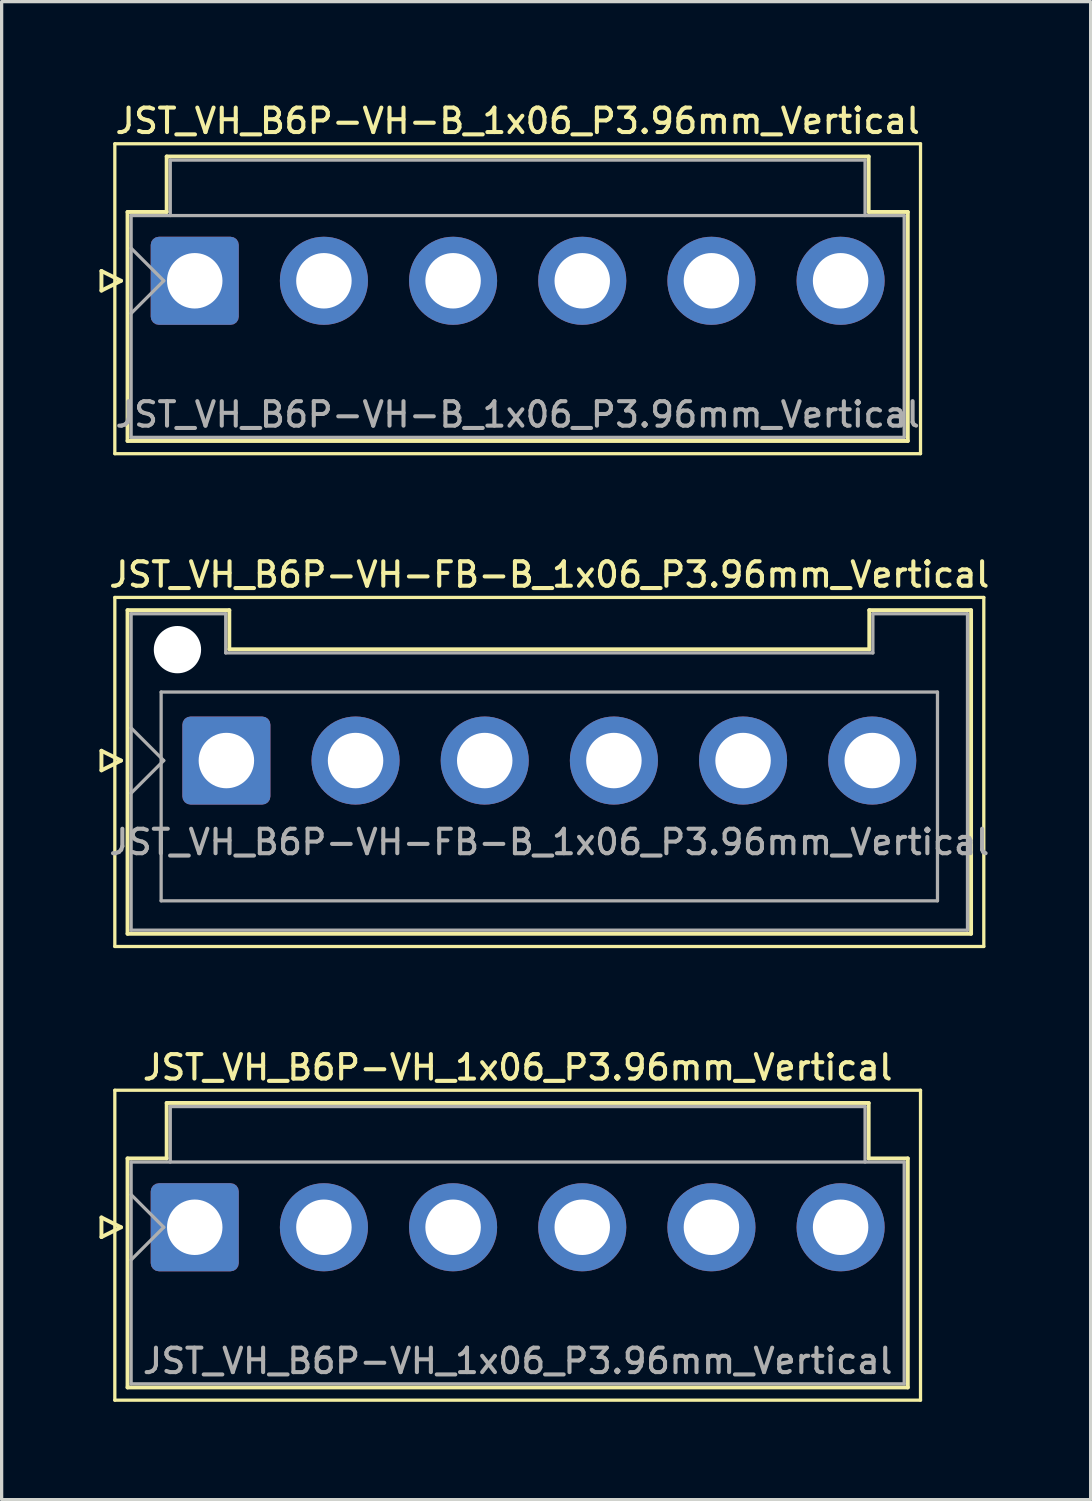
<source format=kicad_pcb>
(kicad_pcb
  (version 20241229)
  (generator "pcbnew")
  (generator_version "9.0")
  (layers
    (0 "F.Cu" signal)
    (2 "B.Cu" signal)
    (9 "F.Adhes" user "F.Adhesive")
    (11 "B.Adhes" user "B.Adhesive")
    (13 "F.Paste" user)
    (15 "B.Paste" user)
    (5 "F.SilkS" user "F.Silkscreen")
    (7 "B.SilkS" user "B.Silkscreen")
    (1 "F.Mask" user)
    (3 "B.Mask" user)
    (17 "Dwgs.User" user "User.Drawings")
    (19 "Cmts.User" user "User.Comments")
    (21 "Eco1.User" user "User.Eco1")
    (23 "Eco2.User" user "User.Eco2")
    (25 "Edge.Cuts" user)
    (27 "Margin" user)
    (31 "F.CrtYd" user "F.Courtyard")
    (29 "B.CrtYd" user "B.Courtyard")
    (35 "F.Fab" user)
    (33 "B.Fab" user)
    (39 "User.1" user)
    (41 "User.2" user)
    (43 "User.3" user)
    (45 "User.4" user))
  (footprint "JST_VH_B6P-VH-B_1x06_P3.96mm_Vertical"
    (layer "F.Cu")
    (at 2.92 5.558)
    (property "Reference" "JST_VH_B6P-VH-B_1x06_P3.96mm_Vertical" (at 9.9 -4.9 0) (layer "F.SilkS") (effects (font (size 0.75 0.75) (thickness 0.125))))
    (attr through_hole)
    (fp_line (start -2.86 -0.3) (end -2.26 0) (stroke (width 0.12) (type solid)) (layer "F.SilkS"))
    (fp_line (start -2.86 0.3) (end -2.86 -0.3) (stroke (width 0.12) (type solid)) (layer "F.SilkS"))
    (fp_line (start -2.45 -4.2) (end -2.45 5.3) (stroke (width 0.1) (type solid)) (layer "F.SilkS"))
    (fp_line (start -2.45 5.3) (end 22.25 5.3) (stroke (width 0.1) (type solid)) (layer "F.SilkS"))
    (fp_line (start -2.26 0) (end -2.86 0.3) (stroke (width 0.12) (type solid)) (layer "F.SilkS"))
    (fp_line (start -2.06 -2.11) (end -0.86 -2.11) (stroke (width 0.12) (type solid)) (layer "F.SilkS"))
    (fp_line (start -2.06 4.91) (end -2.06 -2.11) (stroke (width 0.12) (type solid)) (layer "F.SilkS"))
    (fp_line (start -0.86 -3.81) (end 20.66 -3.81) (stroke (width 0.12) (type solid)) (layer "F.SilkS"))
    (fp_line (start -0.86 -2.11) (end -0.86 -3.81) (stroke (width 0.12) (type solid)) (layer "F.SilkS"))
    (fp_line (start 20.66 -3.81) (end 20.66 -2.11) (stroke (width 0.12) (type solid)) (layer "F.SilkS"))
    (fp_line (start 20.66 -2.11) (end 21.86 -2.11) (stroke (width 0.12) (type solid)) (layer "F.SilkS"))
    (fp_line (start 21.86 -2.11) (end 21.86 4.91) (stroke (width 0.12) (type solid)) (layer "F.SilkS"))
    (fp_line (start 21.86 4.91) (end -2.06 4.91) (stroke (width 0.12) (type solid)) (layer "F.SilkS"))
    (fp_line (start 22.25 -4.2) (end -2.45 -4.2) (stroke (width 0.1) (type solid)) (layer "F.SilkS"))
    (fp_line (start 22.25 5.3) (end 22.25 -4.2) (stroke (width 0.1) (type solid)) (layer "F.SilkS"))
    (fp_line (start -1.95 -2) (end -1.95 4.8) (stroke (width 0.1) (type solid)) (layer "F.Fab"))
    (fp_line (start -1.95 -1) (end -0.95 0) (stroke (width 0.1) (type solid)) (layer "F.Fab"))
    (fp_line (start -1.95 1) (end -0.95 0) (stroke (width 0.1) (type solid)) (layer "F.Fab"))
    (fp_line (start -1.95 4.8) (end 21.75 4.8) (stroke (width 0.1) (type solid)) (layer "F.Fab"))
    (fp_line (start -0.75 -3.7) (end 20.55 -3.7) (stroke (width 0.1) (type solid)) (layer "F.Fab"))
    (fp_line (start -0.75 -2) (end -0.75 -3.7) (stroke (width 0.1) (type solid)) (layer "F.Fab"))
    (fp_line (start 20.55 -3.7) (end 20.55 -2) (stroke (width 0.1) (type solid)) (layer "F.Fab"))
    (fp_line (start 21.75 -2) (end -1.95 -2) (stroke (width 0.1) (type solid)) (layer "F.Fab"))
    (fp_line (start 21.75 4.8) (end 21.75 -2) (stroke (width 0.1) (type solid)) (layer "F.Fab"))
    (fp_text user "${REFERENCE}" (at 9.9 4.1 0) (layer "F.Fab") (effects (font (size 0.75 0.75) (thickness 0.125))))
    (pad "1" thru_hole roundrect (at 0 0) (size 2.7 2.7) (drill 1.7) (layers "*.Cu" "*.Mask") (roundrect_rratio 0.093))
    (pad "2" thru_hole circle (at 3.96 0) (size 2.7 2.7) (drill 1.7) (layers "*.Cu" "*.Mask"))
    (pad "3" thru_hole circle (at 7.92 0) (size 2.7 2.7) (drill 1.7) (layers "*.Cu" "*.Mask"))
    (pad "4" thru_hole circle (at 11.88 0) (size 2.7 2.7) (drill 1.7) (layers "*.Cu" "*.Mask"))
    (pad "5" thru_hole circle (at 15.84 0) (size 2.7 2.7) (drill 1.7) (layers "*.Cu" "*.Mask"))
    (pad "6" thru_hole circle (at 19.8 0) (size 2.7 2.7) (drill 1.7) (layers "*.Cu" "*.Mask")))
  (footprint "JST_VH_B6P-VH-FB-B_1x06_P3.96mm_Vertical"
    (layer "F.Cu")
    (at 3.89 20.266)
    (property "Reference" "JST_VH_B6P-VH-FB-B_1x06_P3.96mm_Vertical" (at 9.9 -5.7 0) (layer "F.SilkS") (effects (font (size 0.75 0.75) (thickness 0.125))))
    (attr through_hole)
    (fp_line (start -3.83 -0.3) (end -3.23 0) (stroke (width 0.12) (type solid)) (layer "F.SilkS"))
    (fp_line (start -3.83 0.3) (end -3.83 -0.3) (stroke (width 0.12) (type solid)) (layer "F.SilkS"))
    (fp_line (start -3.42 -5) (end -3.42 5.7) (stroke (width 0.1) (type solid)) (layer "F.SilkS"))
    (fp_line (start -3.42 5.7) (end 23.22 5.7) (stroke (width 0.1) (type solid)) (layer "F.SilkS"))
    (fp_line (start -3.23 0) (end -3.83 0.3) (stroke (width 0.12) (type solid)) (layer "F.SilkS"))
    (fp_line (start -3.03 -4.61) (end 0.09 -4.61) (stroke (width 0.12) (type solid)) (layer "F.SilkS"))
    (fp_line (start -3.03 5.31) (end -3.03 -4.61) (stroke (width 0.12) (type solid)) (layer "F.SilkS"))
    (fp_line (start 0.09 -4.61) (end 0.09 -3.41) (stroke (width 0.12) (type solid)) (layer "F.SilkS"))
    (fp_line (start 0.09 -3.41) (end 19.71 -3.41) (stroke (width 0.12) (type solid)) (layer "F.SilkS"))
    (fp_line (start 19.71 -4.61) (end 22.83 -4.61) (stroke (width 0.12) (type solid)) (layer "F.SilkS"))
    (fp_line (start 19.71 -3.41) (end 19.71 -4.61) (stroke (width 0.12) (type solid)) (layer "F.SilkS"))
    (fp_line (start 22.83 -4.61) (end 22.83 5.31) (stroke (width 0.12) (type solid)) (layer "F.SilkS"))
    (fp_line (start 22.83 5.31) (end -3.03 5.31) (stroke (width 0.12) (type solid)) (layer "F.SilkS"))
    (fp_line (start 23.22 -5) (end -3.42 -5) (stroke (width 0.1) (type solid)) (layer "F.SilkS"))
    (fp_line (start 23.22 5.7) (end 23.22 -5) (stroke (width 0.1) (type solid)) (layer "F.SilkS"))
    (fp_line (start -2.92 -4.5) (end -0.02 -4.5) (stroke (width 0.1) (type solid)) (layer "F.Fab"))
    (fp_line (start -2.92 -1) (end -1.92 0) (stroke (width 0.1) (type solid)) (layer "F.Fab"))
    (fp_line (start -2.92 1) (end -1.92 0) (stroke (width 0.1) (type solid)) (layer "F.Fab"))
    (fp_line (start -2.92 5.2) (end -2.92 -4.5) (stroke (width 0.1) (type solid)) (layer "F.Fab"))
    (fp_line (start -2 -2.1) (end 21.8 -2.1) (stroke (width 0.1) (type solid)) (layer "F.Fab"))
    (fp_line (start -2 4.3) (end -2 -2.1) (stroke (width 0.1) (type solid)) (layer "F.Fab"))
    (fp_line (start -0.02 -4.5) (end -0.02 -3.3) (stroke (width 0.1) (type solid)) (layer "F.Fab"))
    (fp_line (start -0.02 -3.3) (end 19.82 -3.3) (stroke (width 0.1) (type solid)) (layer "F.Fab"))
    (fp_line (start 19.82 -4.5) (end 22.72 -4.5) (stroke (width 0.1) (type solid)) (layer "F.Fab"))
    (fp_line (start 19.82 -3.3) (end 19.82 -4.5) (stroke (width 0.1) (type solid)) (layer "F.Fab"))
    (fp_line (start 21.8 -2.1) (end 21.8 4.3) (stroke (width 0.1) (type solid)) (layer "F.Fab"))
    (fp_line (start 21.8 4.3) (end -2 4.3) (stroke (width 0.1) (type solid)) (layer "F.Fab"))
    (fp_line (start 22.72 -4.5) (end 22.72 5.2) (stroke (width 0.1) (type solid)) (layer "F.Fab"))
    (fp_line (start 22.72 5.2) (end -2.92 5.2) (stroke (width 0.1) (type solid)) (layer "F.Fab"))
    (fp_text user "${REFERENCE}" (at 9.9 2.5 0) (layer "F.Fab") (effects (font (size 0.75 0.75) (thickness 0.125))))
    (pad "" np_thru_hole circle (at -1.5 -3.4) (size 1.45 1.45) (drill 1.45) (layers "*.Cu" "*.Mask"))
    (pad "1" thru_hole roundrect (at 0 0) (size 2.7 2.7) (drill 1.7) (layers "*.Cu" "*.Mask") (roundrect_rratio 0.093))
    (pad "2" thru_hole circle (at 3.96 0) (size 2.7 2.7) (drill 1.7) (layers "*.Cu" "*.Mask"))
    (pad "3" thru_hole circle (at 7.92 0) (size 2.7 2.7) (drill 1.7) (layers "*.Cu" "*.Mask"))
    (pad "4" thru_hole circle (at 11.88 0) (size 2.7 2.7) (drill 1.7) (layers "*.Cu" "*.Mask"))
    (pad "5" thru_hole circle (at 15.84 0) (size 2.7 2.7) (drill 1.7) (layers "*.Cu" "*.Mask"))
    (pad "6" thru_hole circle (at 19.8 0) (size 2.7 2.7) (drill 1.7) (layers "*.Cu" "*.Mask")))
  (footprint "JST_VH_B6P-VH_1x06_P3.96mm_Vertical"
    (layer "F.Cu")
    (at 2.92 34.574)
    (property "Reference" "JST_VH_B6P-VH_1x06_P3.96mm_Vertical" (at 9.9 -4.9 0) (layer "F.SilkS") (effects (font (size 0.75 0.75) (thickness 0.125))))
    (attr through_hole)
    (fp_line (start -2.86 -0.3) (end -2.26 0) (stroke (width 0.12) (type solid)) (layer "F.SilkS"))
    (fp_line (start -2.86 0.3) (end -2.86 -0.3) (stroke (width 0.12) (type solid)) (layer "F.SilkS"))
    (fp_line (start -2.45 -4.2) (end -2.45 5.3) (stroke (width 0.1) (type solid)) (layer "F.SilkS"))
    (fp_line (start -2.45 5.3) (end 22.25 5.3) (stroke (width 0.1) (type solid)) (layer "F.SilkS"))
    (fp_line (start -2.26 0) (end -2.86 0.3) (stroke (width 0.12) (type solid)) (layer "F.SilkS"))
    (fp_line (start -2.06 -2.11) (end -0.86 -2.11) (stroke (width 0.12) (type solid)) (layer "F.SilkS"))
    (fp_line (start -2.06 4.91) (end -2.06 -2.11) (stroke (width 0.12) (type solid)) (layer "F.SilkS"))
    (fp_line (start -0.86 -3.81) (end 20.66 -3.81) (stroke (width 0.12) (type solid)) (layer "F.SilkS"))
    (fp_line (start -0.86 -2.11) (end -0.86 -3.81) (stroke (width 0.12) (type solid)) (layer "F.SilkS"))
    (fp_line (start 20.66 -3.81) (end 20.66 -2.11) (stroke (width 0.12) (type solid)) (layer "F.SilkS"))
    (fp_line (start 20.66 -2.11) (end 21.86 -2.11) (stroke (width 0.12) (type solid)) (layer "F.SilkS"))
    (fp_line (start 21.86 -2.11) (end 21.86 4.91) (stroke (width 0.12) (type solid)) (layer "F.SilkS"))
    (fp_line (start 21.86 4.91) (end -2.06 4.91) (stroke (width 0.12) (type solid)) (layer "F.SilkS"))
    (fp_line (start 22.25 -4.2) (end -2.45 -4.2) (stroke (width 0.1) (type solid)) (layer "F.SilkS"))
    (fp_line (start 22.25 5.3) (end 22.25 -4.2) (stroke (width 0.1) (type solid)) (layer "F.SilkS"))
    (fp_line (start -1.95 -2) (end -1.95 4.8) (stroke (width 0.1) (type solid)) (layer "F.Fab"))
    (fp_line (start -1.95 -1) (end -0.95 0) (stroke (width 0.1) (type solid)) (layer "F.Fab"))
    (fp_line (start -1.95 1) (end -0.95 0) (stroke (width 0.1) (type solid)) (layer "F.Fab"))
    (fp_line (start -1.95 4.8) (end 21.75 4.8) (stroke (width 0.1) (type solid)) (layer "F.Fab"))
    (fp_line (start -0.75 -3.7) (end 20.55 -3.7) (stroke (width 0.1) (type solid)) (layer "F.Fab"))
    (fp_line (start -0.75 -2) (end -0.75 -3.7) (stroke (width 0.1) (type solid)) (layer "F.Fab"))
    (fp_line (start 20.55 -3.7) (end 20.55 -2) (stroke (width 0.1) (type solid)) (layer "F.Fab"))
    (fp_line (start 21.75 -2) (end -1.95 -2) (stroke (width 0.1) (type solid)) (layer "F.Fab"))
    (fp_line (start 21.75 4.8) (end 21.75 -2) (stroke (width 0.1) (type solid)) (layer "F.Fab"))
    (fp_text user "${REFERENCE}" (at 9.9 4.1 0) (layer "F.Fab") (effects (font (size 0.75 0.75) (thickness 0.125))))
    (pad "1" thru_hole roundrect (at 0 0) (size 2.7 2.7) (drill 1.7) (layers "*.Cu" "*.Mask") (roundrect_rratio 0.093))
    (pad "2" thru_hole circle (at 3.96 0) (size 2.7 2.7) (drill 1.7) (layers "*.Cu" "*.Mask"))
    (pad "3" thru_hole circle (at 7.92 0) (size 2.7 2.7) (drill 1.7) (layers "*.Cu" "*.Mask"))
    (pad "4" thru_hole circle (at 11.88 0) (size 2.7 2.7) (drill 1.7) (layers "*.Cu" "*.Mask"))
    (pad "5" thru_hole circle (at 15.84 0) (size 2.7 2.7) (drill 1.7) (layers "*.Cu" "*.Mask"))
    (pad "6" thru_hole circle (at 19.8 0) (size 2.7 2.7) (drill 1.7) (layers "*.Cu" "*.Mask")))
  (gr_rect
    (start -3 -3)
    (end 30.385 42.924)
    (stroke (width 0.1) (type default))
    (fill no)
    (layer "Edge.Cuts")))
</source>
